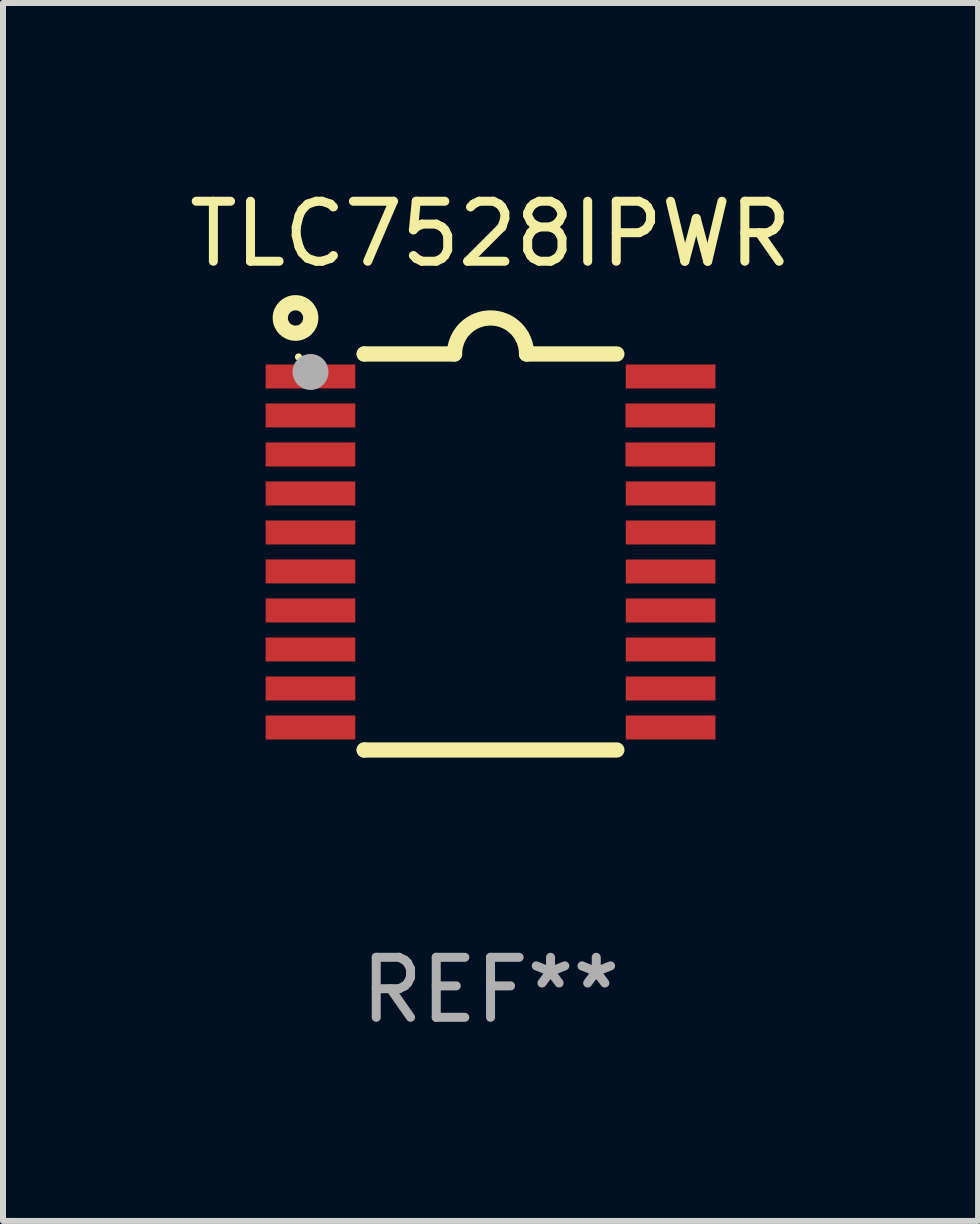
<source format=kicad_pcb>
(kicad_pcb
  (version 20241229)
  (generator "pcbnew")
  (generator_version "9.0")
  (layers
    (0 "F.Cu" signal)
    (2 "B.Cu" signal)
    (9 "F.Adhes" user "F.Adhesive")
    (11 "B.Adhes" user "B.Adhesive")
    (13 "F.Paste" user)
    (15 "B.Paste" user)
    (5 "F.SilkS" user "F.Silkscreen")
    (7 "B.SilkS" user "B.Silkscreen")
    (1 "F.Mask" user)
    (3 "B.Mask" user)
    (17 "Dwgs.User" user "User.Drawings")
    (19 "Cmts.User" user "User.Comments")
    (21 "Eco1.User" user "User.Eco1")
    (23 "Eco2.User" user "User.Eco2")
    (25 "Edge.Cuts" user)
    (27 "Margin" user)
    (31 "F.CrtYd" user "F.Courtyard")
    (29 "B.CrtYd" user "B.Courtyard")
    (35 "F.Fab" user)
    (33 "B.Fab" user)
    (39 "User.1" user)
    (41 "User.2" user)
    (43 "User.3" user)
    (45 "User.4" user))
  (footprint "TLC7528IPWR"
    (layer "F.Cu")
    (at 5.125 6.149)
    (property "Reference" "TLC7528IPWR" (at 0 -5.3 0) (layer "F.SilkS") (effects (font (size 1 1) (thickness 0.15))))
    (attr through_hole)
    (fp_line (start -2.105 -3.3) (end -2.105 -3.3) (stroke (width 0.254) (type solid)) (layer "F.SilkS"))
    (fp_line (start -2.105 -3.3) (end -0.6 -3.3) (stroke (width 0.254) (type solid)) (layer "F.SilkS"))
    (fp_line (start -2.105 3.3) (end -2.105 3.3) (stroke (width 0.254) (type solid)) (layer "F.SilkS"))
    (fp_line (start 0.6 -3.3) (end 2.105 -3.3) (stroke (width 0.254) (type solid)) (layer "F.SilkS"))
    (fp_line (start 2.105 3.3) (end -2.105 3.3) (stroke (width 0.254) (type solid)) (layer "F.SilkS"))
    (fp_arc (start -0.599924 -3.300026) (mid 0.000114 -3.897415) (end 0.600152 -3.300025) (stroke (width 0.254001) (type solid)) (layer "F.SilkS"))
    (fp_circle (center -3.25 -3.9) (end -2.996 -3.9) (stroke (width 0.254) (type solid)) (fill no) (layer "F.SilkS"))
    (fp_circle (center -3.2 -3.25) (end -3.17 -3.25) (stroke (width 0.06) (type solid)) (fill no) (layer "F.SilkS"))
    (fp_circle (center -3 -3) (end -2.85 -3) (stroke (width 0.3) (type solid)) (fill no) (layer "F.Fab"))
    (fp_text user "REF**" (at 0 7.3 0) (layer "F.Fab") (effects (font (size 1 1) (thickness 0.15))))
    (pad "1" smd rect (at -3.001 -2.925 270) (size 0.4 1.494) (layers "F.Cu" "F.Mask" "F.Paste"))
    (pad "2" smd rect (at -3.001 -2.275 270) (size 0.4 1.494) (layers "F.Cu" "F.Mask" "F.Paste"))
    (pad "3" smd rect (at -3.001 -1.625 270) (size 0.4 1.494) (layers "F.Cu" "F.Mask" "F.Paste"))
    (pad "4" smd rect (at -3.001 -0.975 270) (size 0.4 1.494) (layers "F.Cu" "F.Mask" "F.Paste"))
    (pad "5" smd rect (at -3.001 -0.325 270) (size 0.4 1.494) (layers "F.Cu" "F.Mask" "F.Paste"))
    (pad "6" smd rect (at -3.001 0.324 270) (size 0.4 1.494) (layers "F.Cu" "F.Mask" "F.Paste"))
    (pad "7" smd rect (at -3.001 0.975 270) (size 0.4 1.494) (layers "F.Cu" "F.Mask" "F.Paste"))
    (pad "8" smd rect (at -3.001 1.625 270) (size 0.4 1.494) (layers "F.Cu" "F.Mask" "F.Paste"))
    (pad "9" smd rect (at -3.001 2.275 270) (size 0.4 1.494) (layers "F.Cu" "F.Mask" "F.Paste"))
    (pad "10" smd rect (at -3.001 2.925 270) (size 0.4 1.494) (layers "F.Cu" "F.Mask" "F.Paste"))
    (pad "11" smd rect (at 3.001 2.925 270) (size 0.4 1.494) (layers "F.Cu" "F.Mask" "F.Paste"))
    (pad "12" smd rect (at 3.001 2.275 270) (size 0.4 1.494) (layers "F.Cu" "F.Mask" "F.Paste"))
    (pad "13" smd rect (at 3.001 1.625 270) (size 0.4 1.494) (layers "F.Cu" "F.Mask" "F.Paste"))
    (pad "14" smd rect (at 3.001 0.975 270) (size 0.4 1.494) (layers "F.Cu" "F.Mask" "F.Paste"))
    (pad "15" smd rect (at 3.001 0.325 270) (size 0.4 1.494) (layers "F.Cu" "F.Mask" "F.Paste"))
    (pad "16" smd rect (at 3.001 -0.325 270) (size 0.4 1.494) (layers "F.Cu" "F.Mask" "F.Paste"))
    (pad "17" smd rect (at 3.001 -0.975 270) (size 0.4 1.494) (layers "F.Cu" "F.Mask" "F.Paste"))
    (pad "18" smd rect (at 2.996 -1.625 270) (size 0.4 1.494) (layers "F.Cu" "F.Mask" "F.Paste"))
    (pad "19" smd rect (at 2.996 -2.275 270) (size 0.4 1.494) (layers "F.Cu" "F.Mask" "F.Paste"))
    (pad "20" smd rect (at 3.001 -2.925 270) (size 0.4 1.494) (layers "F.Cu" "F.Mask" "F.Paste")))
  (gr_rect
    (start -3 -3)
    (end 13.25 17.297)
    (stroke (width 0.1) (type default))
    (fill no)
    (layer "Edge.Cuts")))
</source>
